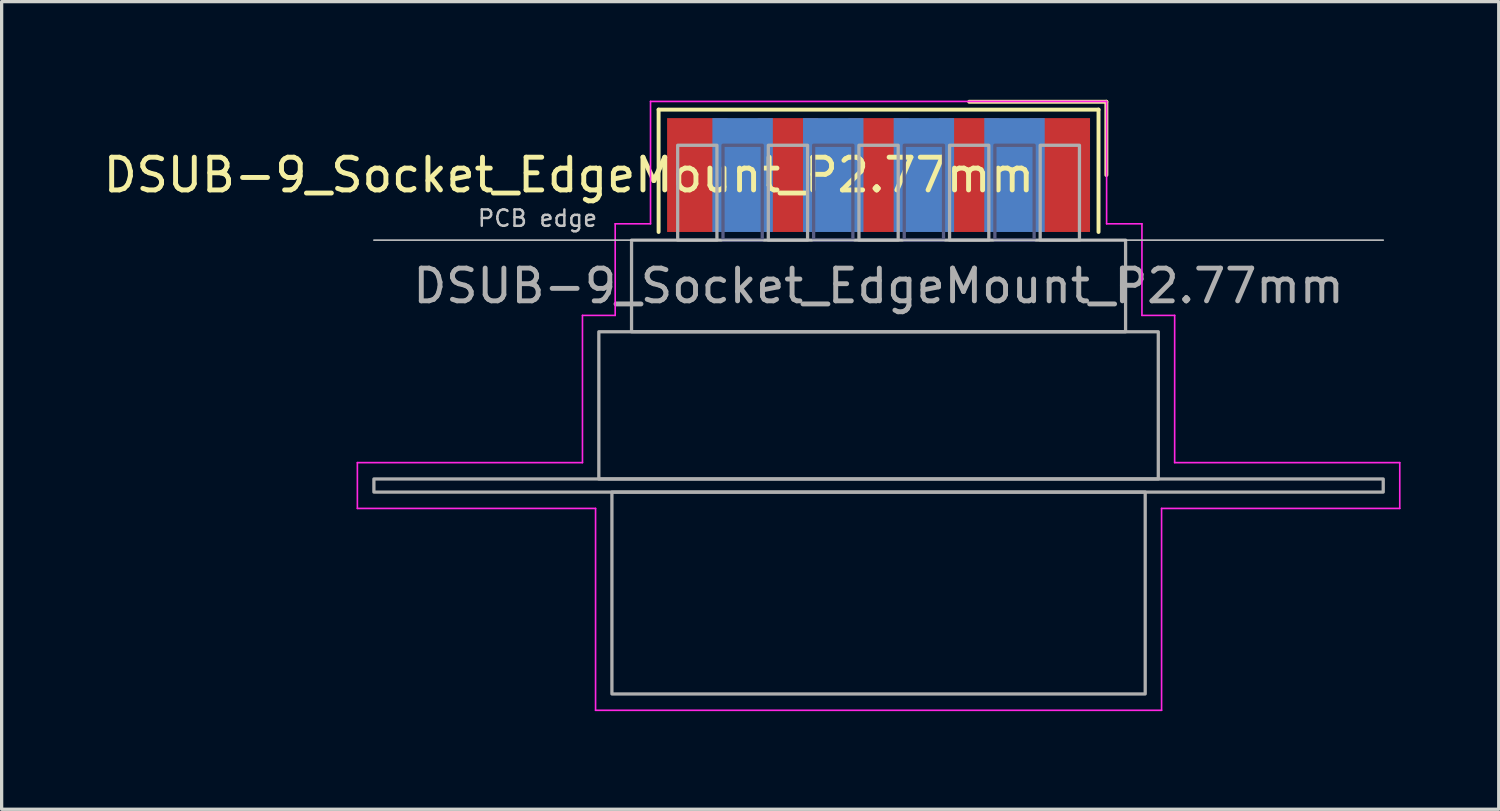
<source format=kicad_pcb>
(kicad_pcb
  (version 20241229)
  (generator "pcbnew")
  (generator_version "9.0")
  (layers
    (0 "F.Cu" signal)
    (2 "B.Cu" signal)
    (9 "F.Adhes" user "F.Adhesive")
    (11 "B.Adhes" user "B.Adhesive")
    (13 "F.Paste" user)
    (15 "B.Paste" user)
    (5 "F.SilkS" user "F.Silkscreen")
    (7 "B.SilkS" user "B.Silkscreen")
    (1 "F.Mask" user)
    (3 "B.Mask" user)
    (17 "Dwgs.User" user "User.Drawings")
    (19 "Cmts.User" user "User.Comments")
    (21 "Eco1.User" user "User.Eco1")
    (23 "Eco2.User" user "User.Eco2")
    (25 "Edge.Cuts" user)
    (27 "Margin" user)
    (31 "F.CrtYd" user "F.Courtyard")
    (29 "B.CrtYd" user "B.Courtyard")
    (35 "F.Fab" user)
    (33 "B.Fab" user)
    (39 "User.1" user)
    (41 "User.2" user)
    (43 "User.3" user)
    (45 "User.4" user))
  (footprint "DSUB-9_Socket_EdgeMount_P2.77mm"
    (layer "F.Cu")
    (at 23.803 2.3)
    (property "Reference" "DSUB-9_Socket_EdgeMount_P2.77mm" (at -9.463 0 0) (layer "F.SilkS") (effects (font (size 1 1) (thickness 0.15))))
    (attr smd)
    (fp_line (start -6.723 -2) (end -6.723 1.74) (stroke (width 0.12) (type solid)) (layer "F.SilkS"))
    (fp_line (start 6.723 -2) (end -6.723 -2) (stroke (width 0.12) (type solid)) (layer "F.SilkS"))
    (fp_line (start 6.723 1.74) (end 6.723 -2) (stroke (width 0.12) (type solid)) (layer "F.SilkS"))
    (fp_line (start 6.963 -2.24) (end 2.77 -2.24) (stroke (width 0.12) (type solid)) (layer "F.SilkS"))
    (fp_line (start 6.963 0) (end 6.963 -2.24) (stroke (width 0.12) (type solid)) (layer "F.SilkS"))
    (fp_line (start -15.425 1.99) (end 15.425 1.99) (stroke (width 0.05) (type solid)) (layer "Dwgs.User"))
    (fp_line (start -15.93 8.79) (end -9.05 8.79) (stroke (width 0.05) (type solid)) (layer "F.CrtYd"))
    (fp_line (start -15.93 10.19) (end -15.93 8.79) (stroke (width 0.05) (type solid)) (layer "F.CrtYd"))
    (fp_line (start -9.05 4.29) (end -8.05 4.29) (stroke (width 0.05) (type solid)) (layer "F.CrtYd"))
    (fp_line (start -9.05 8.79) (end -9.05 4.29) (stroke (width 0.05) (type solid)) (layer "F.CrtYd"))
    (fp_line (start -8.65 10.19) (end -15.93 10.19) (stroke (width 0.05) (type solid)) (layer "F.CrtYd"))
    (fp_line (start -8.65 16.36) (end -8.65 10.19) (stroke (width 0.05) (type solid)) (layer "F.CrtYd"))
    (fp_line (start -8.05 1.49) (end -6.97 1.49) (stroke (width 0.05) (type solid)) (layer "F.CrtYd"))
    (fp_line (start -8.05 4.29) (end -8.05 1.49) (stroke (width 0.05) (type solid)) (layer "F.CrtYd"))
    (fp_line (start -6.97 -2.25) (end 6.97 -2.25) (stroke (width 0.05) (type solid)) (layer "F.CrtYd"))
    (fp_line (start -6.97 1.49) (end -6.97 -2.25) (stroke (width 0.05) (type solid)) (layer "F.CrtYd"))
    (fp_line (start 6.97 -2.25) (end 6.97 1.49) (stroke (width 0.05) (type solid)) (layer "F.CrtYd"))
    (fp_line (start 6.97 1.49) (end 8.05 1.49) (stroke (width 0.05) (type solid)) (layer "F.CrtYd"))
    (fp_line (start 8.05 1.49) (end 8.05 4.29) (stroke (width 0.05) (type solid)) (layer "F.CrtYd"))
    (fp_line (start 8.05 4.29) (end 9.05 4.29) (stroke (width 0.05) (type solid)) (layer "F.CrtYd"))
    (fp_line (start 8.65 10.19) (end 8.65 16.36) (stroke (width 0.05) (type solid)) (layer "F.CrtYd"))
    (fp_line (start 8.65 16.36) (end -8.65 16.36) (stroke (width 0.05) (type solid)) (layer "F.CrtYd"))
    (fp_line (start 9.05 4.29) (end 9.05 8.79) (stroke (width 0.05) (type solid)) (layer "F.CrtYd"))
    (fp_line (start 9.05 8.79) (end 15.93 8.79) (stroke (width 0.05) (type solid)) (layer "F.CrtYd"))
    (fp_line (start 15.93 8.79) (end 15.93 10.19) (stroke (width 0.05) (type solid)) (layer "F.CrtYd"))
    (fp_line (start 15.93 10.19) (end 8.65 10.19) (stroke (width 0.05) (type solid)) (layer "F.CrtYd"))
    (fp_rect (start -4.755 -0.91) (end -3.555 1.99) (stroke (width 0.1) (type solid)) (fill no) (layer "B.Fab"))
    (fp_rect (start -1.985 -0.91) (end -0.785 1.99) (stroke (width 0.1) (type solid)) (fill no) (layer "B.Fab"))
    (fp_rect (start 0.785 -0.91) (end 1.985 1.99) (stroke (width 0.1) (type solid)) (fill no) (layer "B.Fab"))
    (fp_rect (start 3.555 -0.91) (end 4.755 1.99) (stroke (width 0.1) (type solid)) (fill no) (layer "B.Fab"))
    (fp_rect (start -15.425 9.29) (end 15.425 9.69) (stroke (width 0.1) (type solid)) (fill no) (layer "F.Fab"))
    (fp_rect (start -8.55 4.79) (end 8.55 9.29) (stroke (width 0.1) (type solid)) (fill no) (layer "F.Fab"))
    (fp_rect (start -8.15 9.69) (end 8.15 15.86) (stroke (width 0.1) (type solid)) (fill no) (layer "F.Fab"))
    (fp_rect (start -7.55 1.99) (end 7.55 4.79) (stroke (width 0.1) (type solid)) (fill no) (layer "F.Fab"))
    (fp_rect (start -6.14 -0.91) (end -4.94 1.99) (stroke (width 0.1) (type solid)) (fill no) (layer "F.Fab"))
    (fp_rect (start -3.37 -0.91) (end -2.17 1.99) (stroke (width 0.1) (type solid)) (fill no) (layer "F.Fab"))
    (fp_rect (start -0.6 -0.91) (end 0.6 1.99) (stroke (width 0.1) (type solid)) (fill no) (layer "F.Fab"))
    (fp_rect (start 2.17 -0.91) (end 3.37 1.99) (stroke (width 0.1) (type solid)) (fill no) (layer "F.Fab"))
    (fp_rect (start 4.94 -0.91) (end 6.14 1.99) (stroke (width 0.1) (type solid)) (fill no) (layer "F.Fab"))
    (fp_text user "PCB edge" (at -10.425 1.323 0) (layer "Dwgs.User") (effects (font (size 0.5 0.5) (thickness 0.075))))
    (fp_text user "${REFERENCE}" (at 0 3.39 0) (layer "F.Fab") (effects (font (size 1 1) (thickness 0.15))))
    (pad "1" smd rect (at 5.54 0) (size 1.847 3.48) (layers "F.Cu" "F.Mask" "F.Paste"))
    (pad "2" smd rect (at 2.77 0) (size 1.847 3.48) (layers "F.Cu" "F.Mask" "F.Paste"))
    (pad "3" smd rect (at 0 0) (size 1.847 3.48) (layers "F.Cu" "F.Mask" "F.Paste"))
    (pad "4" smd rect (at -2.77 0) (size 1.847 3.48) (layers "F.Cu" "F.Mask" "F.Paste"))
    (pad "5" smd rect (at -5.54 0) (size 1.847 3.48) (layers "F.Cu" "F.Mask" "F.Paste"))
    (pad "6" smd rect (at 4.155 0) (size 1.847 3.48) (layers "B.Cu" "B.Mask" "B.Paste"))
    (pad "7" smd rect (at 1.385 0) (size 1.847 3.48) (layers "B.Cu" "B.Mask" "B.Paste"))
    (pad "8" smd rect (at -1.385 0) (size 1.847 3.48) (layers "B.Cu" "B.Mask" "B.Paste"))
    (pad "9" smd rect (at -4.155 0) (size 1.847 3.48) (layers "B.Cu" "B.Mask" "B.Paste")))
  (gr_rect
    (start -3 -3)
    (end 42.758 21.685)
    (stroke (width 0.1) (type default))
    (fill no)
    (layer "Edge.Cuts")))
</source>
